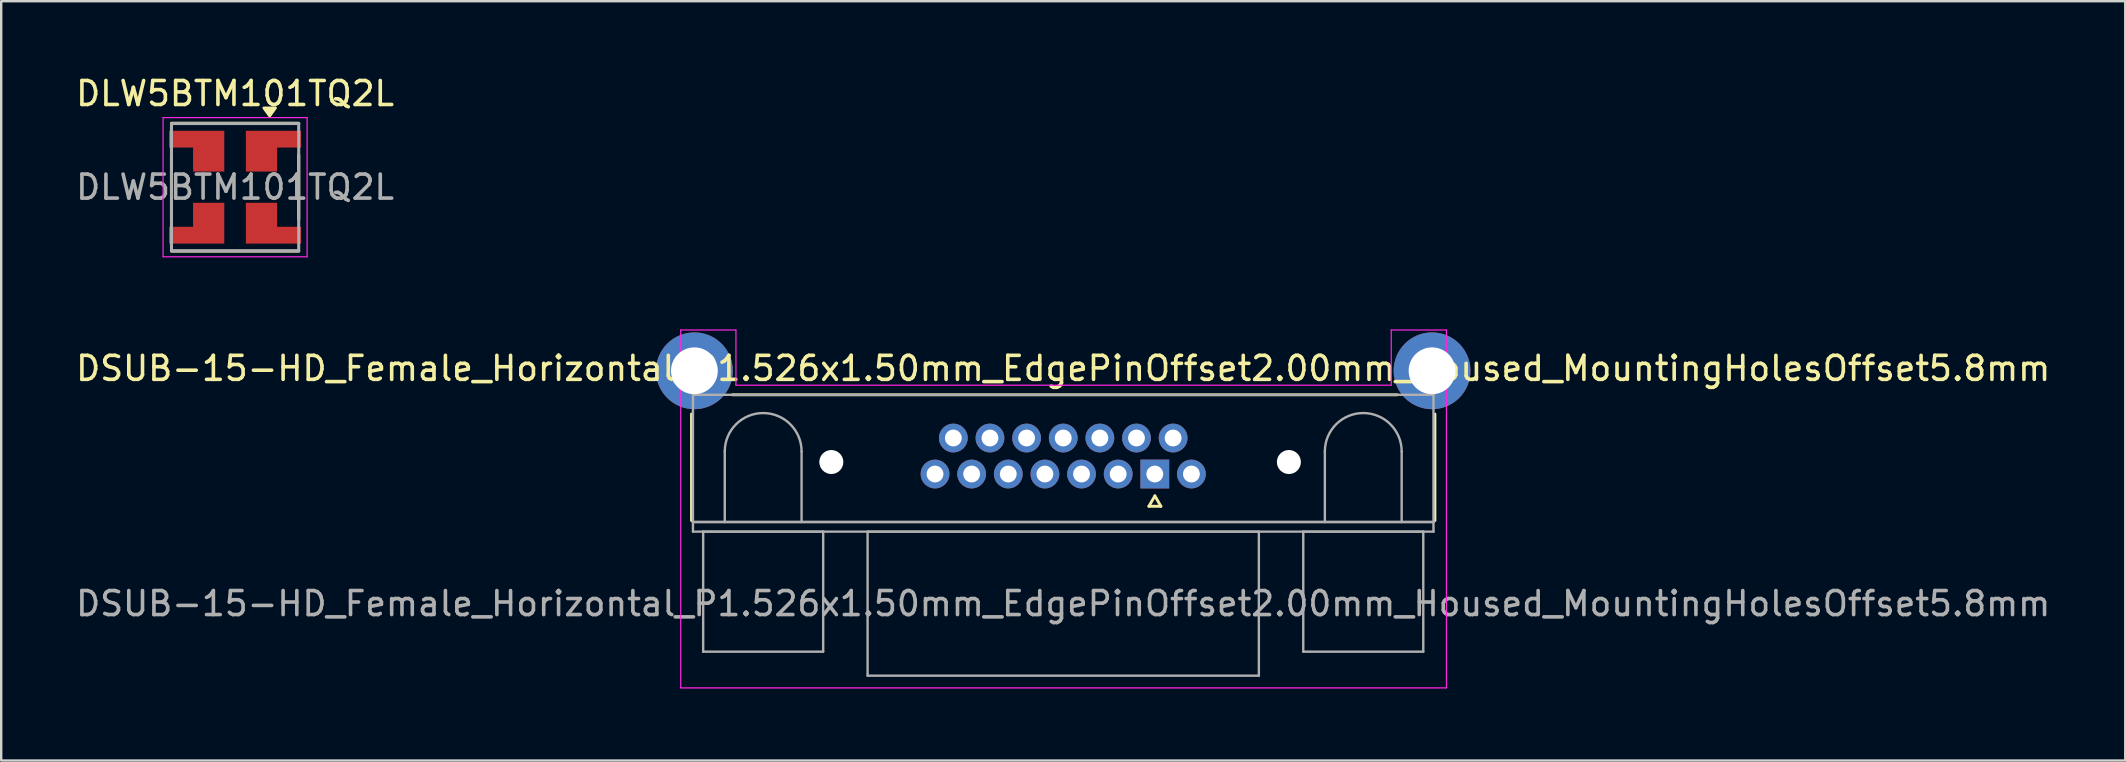
<source format=kicad_pcb>
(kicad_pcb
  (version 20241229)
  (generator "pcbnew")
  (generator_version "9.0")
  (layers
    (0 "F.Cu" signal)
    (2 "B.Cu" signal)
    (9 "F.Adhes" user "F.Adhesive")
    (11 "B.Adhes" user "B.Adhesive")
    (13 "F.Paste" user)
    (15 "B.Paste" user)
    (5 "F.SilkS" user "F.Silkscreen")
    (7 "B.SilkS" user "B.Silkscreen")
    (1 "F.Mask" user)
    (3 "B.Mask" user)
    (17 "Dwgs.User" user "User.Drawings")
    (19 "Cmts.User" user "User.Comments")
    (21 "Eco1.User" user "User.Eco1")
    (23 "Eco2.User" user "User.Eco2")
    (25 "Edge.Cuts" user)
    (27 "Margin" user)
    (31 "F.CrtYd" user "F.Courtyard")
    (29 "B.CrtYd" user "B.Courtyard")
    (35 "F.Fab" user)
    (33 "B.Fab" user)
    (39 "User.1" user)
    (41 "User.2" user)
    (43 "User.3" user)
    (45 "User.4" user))
  (footprint "DLW5BTM101TQ2L"
    (layer "F.Cu")
    (at 6.744 4.748)
    (property "Reference" "DLW5BTM101TQ2L" (at 0 -3.9 0) (unlocked yes) (layer "F.SilkS") (effects (font (size 1 1) (thickness 0.15))))
    (attr smd)
    (fp_line (start -2.65 -1.337) (end -2.65 1.337) (stroke (width 0.127) (type solid)) (layer "F.SilkS"))
    (fp_line (start -2.65 2.663) (end 2.65 2.663) (stroke (width 0.127) (type solid)) (layer "F.SilkS"))
    (fp_line (start 2.65 -2.663) (end -2.65 -2.663) (stroke (width 0.127) (type solid)) (layer "F.SilkS"))
    (fp_line (start 2.65 1.337) (end 2.65 -1.337) (stroke (width 0.127) (type solid)) (layer "F.SilkS"))
    (fp_poly (pts (xy 1.44 -2.97) (xy 1.2 -3.3) (xy 1.68 -3.3) (xy 1.44 -2.97)) (stroke (width 0.12) (type solid)) (fill yes) (layer "F.SilkS"))
    (fp_line (start -3 -2.9) (end 3 -2.9) (stroke (width 0.05) (type solid)) (layer "F.CrtYd"))
    (fp_line (start -3 2.9) (end -3 -2.9) (stroke (width 0.05) (type solid)) (layer "F.CrtYd"))
    (fp_line (start 3 -2.9) (end 3 2.9) (stroke (width 0.05) (type solid)) (layer "F.CrtYd"))
    (fp_line (start 3 2.9) (end -3 2.9) (stroke (width 0.05) (type solid)) (layer "F.CrtYd"))
    (fp_line (start -2.65 -2.65) (end -2.65 2.65) (stroke (width 0.127) (type solid)) (layer "F.Fab"))
    (fp_line (start -2.65 2.65) (end 2.65 2.65) (stroke (width 0.127) (type solid)) (layer "F.Fab"))
    (fp_line (start 2.65 -2.65) (end -2.65 -2.65) (stroke (width 0.127) (type solid)) (layer "F.Fab"))
    (fp_line (start 2.65 2.65) (end 2.65 -2.65) (stroke (width 0.127) (type solid)) (layer "F.Fab"))
    (fp_text user "${REFERENCE}" (at 0 0 0) (unlocked yes) (layer "F.Fab") (effects (font (size 1 1) (thickness 0.15))))
    (pad "1" smd custom (at 0.875 -1.075) (size 0.75 0.75) (layers "F.Cu" "F.Mask" "F.Paste") (options (anchor rect)) (primitives (gr_poly (pts (xy -0.425 -1.275) (xy 1.875 -1.275) (xy 1.875 -0.575) (xy 0.875 -0.575) (xy 0.875 0.425) (xy -0.425 0.425)) (width 0.0001) (fill yes))))
    (pad "2" smd custom (at -0.875 -1.075 180) (size 0.75 0.75) (layers "F.Cu" "F.Mask" "F.Paste") (options (anchor rect)) (primitives (gr_poly (pts (xy -0.425 1.275) (xy 1.875 1.275) (xy 1.875 0.575) (xy 0.875 0.575) (xy 0.875 -0.425) (xy -0.425 -0.425)) (width 0.0001) (fill yes))))
    (pad "3" smd custom (at -0.875 1.075) (size 0.75 0.75) (layers "F.Cu" "F.Mask" "F.Paste") (options (anchor rect)) (primitives (gr_poly (pts (xy 0.425 1.275) (xy -1.875 1.275) (xy -1.875 0.575) (xy -0.875 0.575) (xy -0.875 -0.425) (xy 0.425 -0.425)) (width 0.0001) (fill yes))))
    (pad "4" smd custom (at 0.875 1.075) (size 0.75 0.75) (layers "F.Cu" "F.Mask" "F.Paste") (options (anchor rect)) (primitives (gr_poly (pts (xy -0.425 1.275) (xy 1.875 1.275) (xy 1.875 0.575) (xy 0.875 0.575) (xy 0.875 -0.425) (xy -0.425 -0.425)) (width 0.0001) (fill yes)))))
  (footprint "DSUB-15-HD_Female_Horizontal_P1.526x1.50mm_EdgePinOffset2.00mm_Housed_MountingHolesOffset5.8mm"
    (layer "F.Cu")
    (at 45.059 16.698)
    (property "Reference" "DSUB-15-HD_Female_Horizontal_P1.526x1.50mm_EdgePinOffset2.00mm_Housed_MountingHolesOffset5.8mm" (at -3.815 -4.4 0) (layer "F.SilkS") (effects (font (size 1 1) (thickness 0.15))))
    (attr through_hole)
    (fp_line (start -19.3 -2.5) (end -19.3 1.94) (stroke (width 0.12) (type solid)) (layer "F.SilkS"))
    (fp_line (start -17.6 -3.3) (end 10.1 -3.3) (stroke (width 0.12) (type solid)) (layer "F.SilkS"))
    (fp_line (start -0.246 1.343) (end 0.004 0.91) (stroke (width 0.12) (type solid)) (layer "F.SilkS"))
    (fp_line (start 0.004 0.91) (end 0.254 1.343) (stroke (width 0.12) (type solid)) (layer "F.SilkS"))
    (fp_line (start 0.254 1.343) (end -0.246 1.343) (stroke (width 0.12) (type solid)) (layer "F.SilkS"))
    (fp_line (start 11.67 -2.5) (end 11.67 1.94) (stroke (width 0.12) (type solid)) (layer "F.SilkS"))
    (fp_line (start -19.75 -6) (end -19.75 8.91) (stroke (width 0.05) (type solid)) (layer "F.CrtYd"))
    (fp_line (start -19.75 8.91) (end 12.15 8.91) (stroke (width 0.05) (type solid)) (layer "F.CrtYd"))
    (fp_line (start -17.45 -6) (end -19.75 -6) (stroke (width 0.05) (type default)) (layer "F.CrtYd"))
    (fp_line (start -17.45 -3.7) (end -17.45 -6) (stroke (width 0.05) (type default)) (layer "F.CrtYd"))
    (fp_line (start 9.85 -3.7) (end -17.45 -3.7) (stroke (width 0.05) (type solid)) (layer "F.CrtYd"))
    (fp_line (start 9.85 -3.7) (end 9.85 -6) (stroke (width 0.05) (type default)) (layer "F.CrtYd"))
    (fp_line (start 12.15 -6) (end 9.85 -6) (stroke (width 0.05) (type default)) (layer "F.CrtYd"))
    (fp_line (start 12.15 8.91) (end 12.15 -6) (stroke (width 0.05) (type solid)) (layer "F.CrtYd"))
    (fp_line (start -19.24 -3.3) (end -19.24 2) (stroke (width 0.1) (type solid)) (layer "F.Fab"))
    (fp_line (start -19.24 2) (end -19.24 2.4) (stroke (width 0.1) (type solid)) (layer "F.Fab"))
    (fp_line (start -19.24 2) (end 11.61 2) (stroke (width 0.1) (type solid)) (layer "F.Fab"))
    (fp_line (start -19.24 2.4) (end 11.61 2.4) (stroke (width 0.1) (type solid)) (layer "F.Fab"))
    (fp_line (start -18.815 2.4) (end -18.815 7.4) (stroke (width 0.1) (type solid)) (layer "F.Fab"))
    (fp_line (start -18.815 7.4) (end -13.815 7.4) (stroke (width 0.1) (type solid)) (layer "F.Fab"))
    (fp_line (start -17.915 2) (end -17.915 -0.94) (stroke (width 0.1) (type solid)) (layer "F.Fab"))
    (fp_line (start -14.715 2) (end -14.715 -0.94) (stroke (width 0.1) (type solid)) (layer "F.Fab"))
    (fp_line (start -13.815 2.4) (end -18.815 2.4) (stroke (width 0.1) (type solid)) (layer "F.Fab"))
    (fp_line (start -13.815 7.4) (end -13.815 2.4) (stroke (width 0.1) (type solid)) (layer "F.Fab"))
    (fp_line (start -11.965 2.4) (end -11.965 8.4) (stroke (width 0.1) (type solid)) (layer "F.Fab"))
    (fp_line (start -11.965 8.4) (end 4.335 8.4) (stroke (width 0.1) (type solid)) (layer "F.Fab"))
    (fp_line (start 4.335 2.4) (end -11.965 2.4) (stroke (width 0.1) (type solid)) (layer "F.Fab"))
    (fp_line (start 4.335 8.4) (end 4.335 2.4) (stroke (width 0.1) (type solid)) (layer "F.Fab"))
    (fp_line (start 6.185 2.4) (end 6.185 7.4) (stroke (width 0.1) (type solid)) (layer "F.Fab"))
    (fp_line (start 6.185 7.4) (end 11.185 7.4) (stroke (width 0.1) (type solid)) (layer "F.Fab"))
    (fp_line (start 7.085 2) (end 7.085 -0.94) (stroke (width 0.1) (type solid)) (layer "F.Fab"))
    (fp_line (start 10.285 2) (end 10.285 -0.94) (stroke (width 0.1) (type solid)) (layer "F.Fab"))
    (fp_line (start 11.185 2.4) (end 6.185 2.4) (stroke (width 0.1) (type solid)) (layer "F.Fab"))
    (fp_line (start 11.185 7.4) (end 11.185 2.4) (stroke (width 0.1) (type solid)) (layer "F.Fab"))
    (fp_line (start 11.61 -3.3) (end -19.24 -3.3) (stroke (width 0.1) (type solid)) (layer "F.Fab"))
    (fp_line (start 11.61 2) (end -19.24 2) (stroke (width 0.1) (type solid)) (layer "F.Fab"))
    (fp_line (start 11.61 2) (end 11.61 -3.3) (stroke (width 0.1) (type solid)) (layer "F.Fab"))
    (fp_line (start 11.61 2.4) (end 11.61 2) (stroke (width 0.1) (type solid)) (layer "F.Fab"))
    (fp_arc (start -17.915 -0.94) (mid -16.315 -2.54) (end -14.715 -0.94) (stroke (width 0.1) (type solid)) (layer "F.Fab"))
    (fp_arc (start 7.085 -0.94) (mid 8.685 -2.54) (end 10.285 -0.94) (stroke (width 0.1) (type solid)) (layer "F.Fab"))
    (fp_text user "${REFERENCE}" (at -3.815 5.4 0) (layer "F.Fab") (effects (font (size 1 1) (thickness 0.15))))
    (pad "" np_thru_hole circle (at -13.476 -0.5 180) (size 1 1) (drill 1.8) (layers "*.Cu" "*.Mask"))
    (pad "" np_thru_hole circle (at 5.586 -0.5 180) (size 1 1) (drill 1.8) (layers "*.Cu" "*.Mask"))
    (pad "0" thru_hole circle (at -19.18 -4.3) (size 3.2 3.2) (drill 1.95) (layers "*.Cu" "*.Mask"))
    (pad "0" thru_hole circle (at 11.55 -4.3) (size 3.2 3.2) (drill 1.95) (layers "*.Cu" "*.Mask"))
    (pad "1" thru_hole rect (at 0 0) (size 1.2 1.2) (drill 0.7) (layers "*.Cu" "*.Mask"))
    (pad "2" thru_hole circle (at -2.289 -1.5) (size 1.2 1.2) (drill 0.7) (layers "*.Cu" "*.Mask"))
    (pad "3" thru_hole circle (at -4.578 0) (size 1.2 1.2) (drill 0.7) (layers "*.Cu" "*.Mask"))
    (pad "4" thru_hole circle (at -6.867 -1.5) (size 1.2 1.2) (drill 0.7) (layers "*.Cu" "*.Mask"))
    (pad "5" thru_hole circle (at -9.156 0) (size 1.2 1.2) (drill 0.7) (layers "*.Cu" "*.Mask"))
    (pad "6" thru_hole circle (at 1.526 0) (size 1.2 1.2) (drill 0.7) (layers "*.Cu" "*.Mask"))
    (pad "7" thru_hole circle (at -0.763 -1.5) (size 1.2 1.2) (drill 0.7) (layers "*.Cu" "*.Mask"))
    (pad "8" thru_hole circle (at -3.052 0) (size 1.2 1.2) (drill 0.7) (layers "*.Cu" "*.Mask"))
    (pad "9" thru_hole circle (at -5.341 -1.5) (size 1.2 1.2) (drill 0.7) (layers "*.Cu" "*.Mask"))
    (pad "10" thru_hole circle (at -7.63 0) (size 1.2 1.2) (drill 0.7) (layers "*.Cu" "*.Mask"))
    (pad "11" thru_hole circle (at 0.763 -1.5) (size 1.2 1.2) (drill 0.7) (layers "*.Cu" "*.Mask"))
    (pad "12" thru_hole circle (at -1.526 0) (size 1.2 1.2) (drill 0.7) (layers "*.Cu" "*.Mask"))
    (pad "13" thru_hole circle (at -3.815 -1.5) (size 1.2 1.2) (drill 0.7) (layers "*.Cu" "*.Mask"))
    (pad "14" thru_hole circle (at -6.104 0) (size 1.2 1.2) (drill 0.7) (layers "*.Cu" "*.Mask"))
    (pad "15" thru_hole circle (at -8.393 -1.5) (size 1.2 1.2) (drill 0.7) (layers "*.Cu" "*.Mask")))
  (gr_rect
    (start -3 -3)
    (end 85.488 28.633)
    (stroke (width 0.1) (type default))
    (fill no)
    (layer "Edge.Cuts")))
</source>
